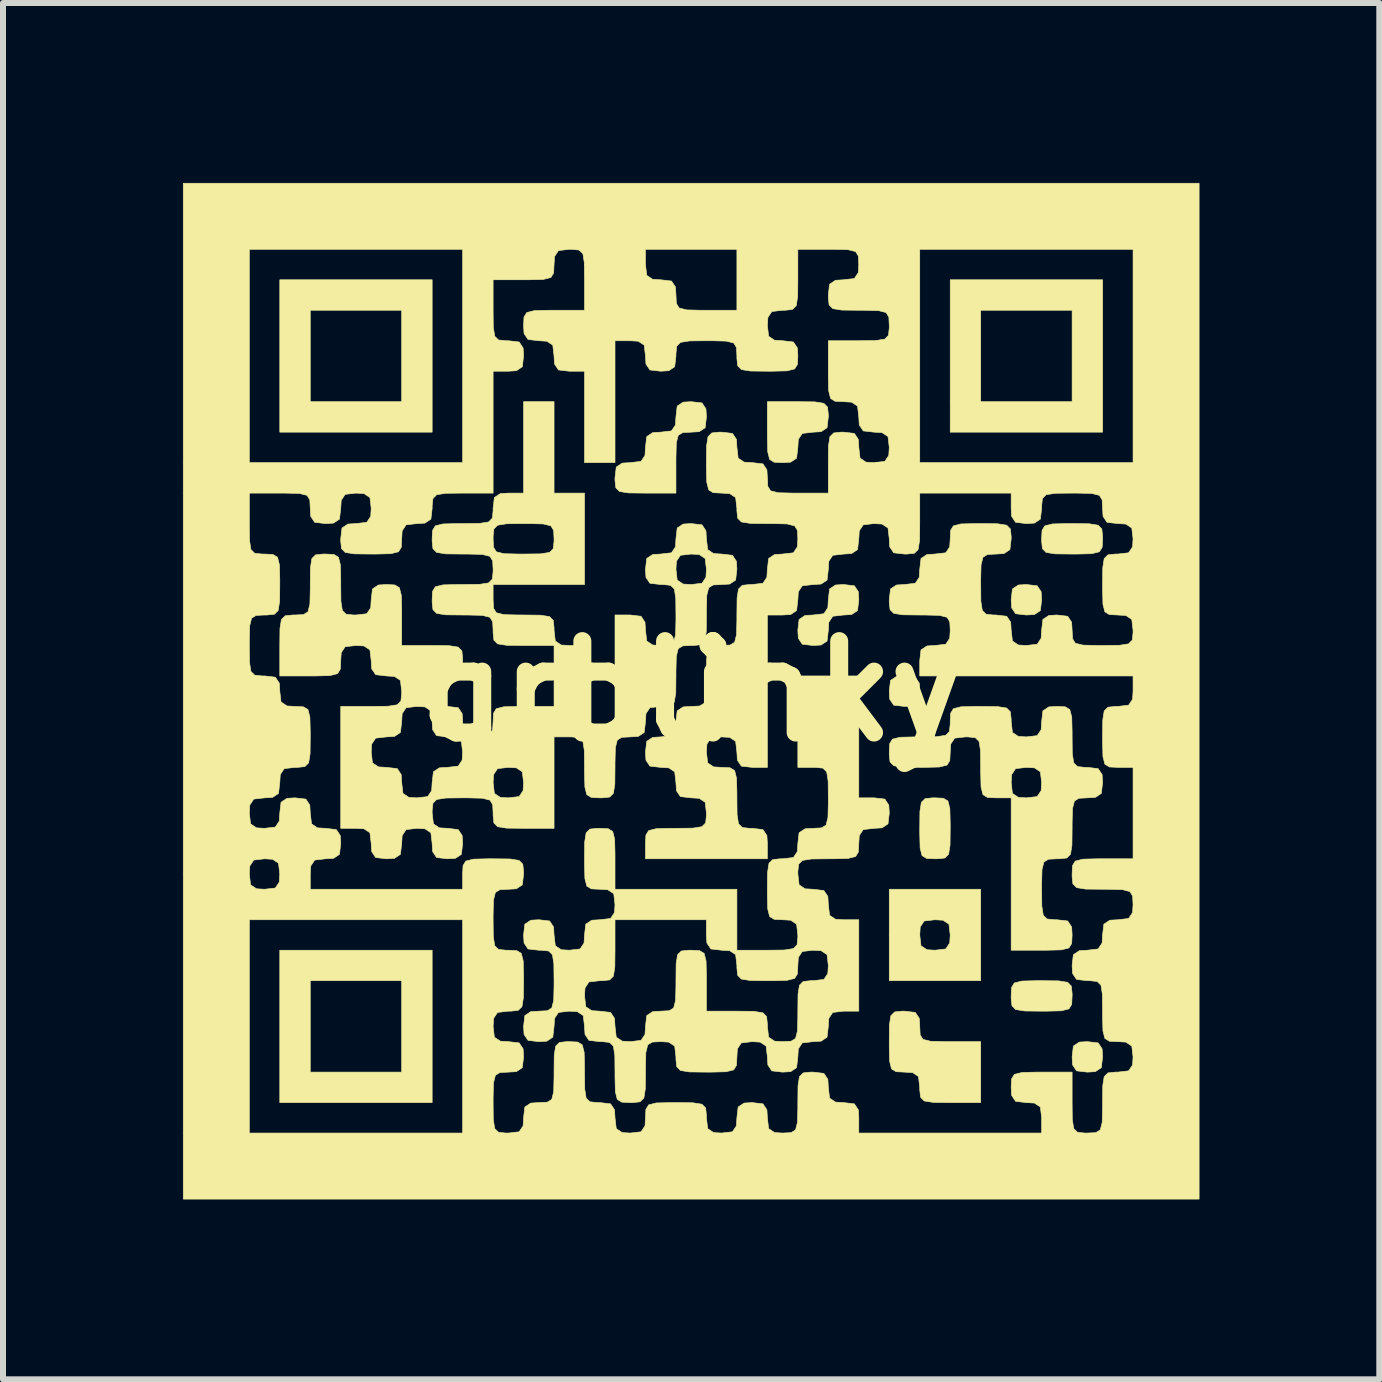
<source format=kicad_pcb>
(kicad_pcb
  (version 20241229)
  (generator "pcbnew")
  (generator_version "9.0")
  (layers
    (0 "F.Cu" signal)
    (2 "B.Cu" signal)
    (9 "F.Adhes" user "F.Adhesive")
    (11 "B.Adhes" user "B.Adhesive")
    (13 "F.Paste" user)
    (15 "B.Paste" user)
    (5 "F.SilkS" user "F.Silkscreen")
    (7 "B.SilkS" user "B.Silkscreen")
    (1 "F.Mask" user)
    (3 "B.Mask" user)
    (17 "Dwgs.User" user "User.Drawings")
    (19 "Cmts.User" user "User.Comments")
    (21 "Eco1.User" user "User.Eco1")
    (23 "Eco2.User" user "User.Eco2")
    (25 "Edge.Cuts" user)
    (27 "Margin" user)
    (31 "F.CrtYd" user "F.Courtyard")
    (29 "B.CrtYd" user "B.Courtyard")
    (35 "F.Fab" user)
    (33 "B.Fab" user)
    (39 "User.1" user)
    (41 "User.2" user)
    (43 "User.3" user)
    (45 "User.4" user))
  (footprint "qrblinky"
    (layer "F.Cu")
    (at 8.472 8.472)
    (property "Reference" "qrblinky" (at 0 0 0) (layer "F.SilkS") (effects (font (size 1.524 1.524) (thickness 0.3))))
    (attr through_hole)
    (fp_poly (pts (xy -4.318 -4.318) (xy -6.858 -4.318) (xy -6.858 -6.35) (xy -6.35 -6.35) (xy -6.35 -4.826) (xy -4.826 -4.826) (xy -4.826 -6.35) (xy -6.35 -6.35) (xy -6.858 -6.35) (xy -6.858 -6.858) (xy -4.318 -6.858) (xy -4.318 -4.318)) (stroke (width 0.01) (type solid)) (fill yes) (layer "F.SilkS"))
    (fp_poly (pts (xy -4.318 6.858) (xy -6.858 6.858) (xy -6.858 4.826) (xy -6.35 4.826) (xy -6.35 6.35) (xy -4.826 6.35) (xy -4.826 4.826) (xy -6.35 4.826) (xy -6.858 4.826) (xy -6.858 4.318) (xy -4.318 4.318) (xy -4.318 6.858)) (stroke (width 0.01) (type solid)) (fill yes) (layer "F.SilkS"))
    (fp_poly (pts (xy 6.858 -4.318) (xy 4.318 -4.318) (xy 4.318 -6.35) (xy 4.826 -6.35) (xy 4.826 -4.826) (xy 6.35 -4.826) (xy 6.35 -6.35) (xy 4.826 -6.35) (xy 4.318 -6.35) (xy 4.318 -6.858) (xy 6.858 -6.858) (xy 6.858 -4.318)) (stroke (width 0.01) (type solid)) (fill yes) (layer "F.SilkS"))
    (fp_poly (pts (xy 3.736 -0.233) (xy 3.802 -0.134) (xy 3.81 0) (xy 3.789 0.18) (xy 3.69 0.246) (xy 3.556 0.254) (xy 3.376 0.233) (xy 3.31 0.134) (xy 3.302 0) (xy 3.323 -0.18) (xy 3.422 -0.246) (xy 3.556 -0.254) (xy 3.736 -0.233)) (stroke (width 0.01) (type solid)) (fill yes) (layer "F.SilkS"))
    (fp_poly (pts (xy 5.768 -1.757) (xy 5.834 -1.658) (xy 5.842 -1.524) (xy 5.821 -1.344) (xy 5.722 -1.278) (xy 5.588 -1.27) (xy 5.408 -1.291) (xy 5.342 -1.39) (xy 5.334 -1.524) (xy 5.355 -1.704) (xy 5.454 -1.77) (xy 5.588 -1.778) (xy 5.768 -1.757)) (stroke (width 0.01) (type solid)) (fill yes) (layer "F.SilkS"))
    (fp_poly (pts (xy 6.784 5.863) (xy 6.85 5.962) (xy 6.858 6.096) (xy 6.837 6.276) (xy 6.738 6.342) (xy 6.604 6.35) (xy 6.424 6.329) (xy 6.358 6.23) (xy 6.35 6.096) (xy 6.371 5.916) (xy 6.47 5.85) (xy 6.604 5.842) (xy 6.784 5.863)) (stroke (width 0.01) (type solid)) (fill yes) (layer "F.SilkS"))
    (fp_poly (pts (xy 4.826 4.826) (xy 3.302 4.826) (xy 3.302 4.064) (xy 3.81 4.064) (xy 3.831 4.244) (xy 3.93 4.31) (xy 4.064 4.318) (xy 4.244 4.297) (xy 4.31 4.198) (xy 4.318 4.064) (xy 4.297 3.884) (xy 4.198 3.818) (xy 4.064 3.81) (xy 3.884 3.831) (xy 3.818 3.93) (xy 3.81 4.064) (xy 3.302 4.064) (xy 3.302 3.302) (xy 4.826 3.302) (xy 4.826 4.826)) (stroke (width 0.01) (type solid)) (fill yes) (layer "F.SilkS"))
    (fp_poly (pts (xy 4.205 1.785) (xy 4.28 1.831) (xy 4.312 1.958) (xy 4.318 2.204) (xy 4.318 2.286) (xy 4.315 2.567) (xy 4.291 2.719) (xy 4.228 2.781) (xy 4.105 2.794) (xy 4.064 2.794) (xy 3.923 2.787) (xy 3.848 2.741) (xy 3.816 2.614) (xy 3.81 2.368) (xy 3.81 2.286) (xy 3.813 2.005) (xy 3.837 1.853) (xy 3.9 1.791) (xy 4.023 1.778) (xy 4.064 1.778) (xy 4.205 1.785)) (stroke (width 0.01) (type solid)) (fill yes) (layer "F.SilkS"))
    (fp_poly (pts (xy 6.123 4.829) (xy 6.275 4.853) (xy 6.337 4.916) (xy 6.35 5.039) (xy 6.35 5.08) (xy 6.343 5.221) (xy 6.297 5.296) (xy 6.17 5.328) (xy 5.924 5.334) (xy 5.842 5.334) (xy 5.561 5.331) (xy 5.409 5.307) (xy 5.347 5.244) (xy 5.334 5.121) (xy 5.334 5.08) (xy 5.341 4.939) (xy 5.387 4.864) (xy 5.514 4.832) (xy 5.76 4.826) (xy 5.842 4.826) (xy 6.123 4.829)) (stroke (width 0.01) (type solid)) (fill yes) (layer "F.SilkS"))
    (fp_poly (pts (xy 6.631 -2.791) (xy 6.783 -2.767) (xy 6.845 -2.704) (xy 6.858 -2.581) (xy 6.858 -2.54) (xy 6.851 -2.399) (xy 6.805 -2.324) (xy 6.678 -2.292) (xy 6.432 -2.286) (xy 6.35 -2.286) (xy 6.069 -2.289) (xy 5.917 -2.313) (xy 5.855 -2.376) (xy 5.842 -2.499) (xy 5.842 -2.54) (xy 5.849 -2.681) (xy 5.895 -2.756) (xy 6.022 -2.788) (xy 6.268 -2.794) (xy 6.35 -2.794) (xy 6.631 -2.791)) (stroke (width 0.01) (type solid)) (fill yes) (layer "F.SilkS"))
    (fp_poly (pts (xy 2.059 -4.823) (xy 2.211 -4.799) (xy 2.273 -4.736) (xy 2.286 -4.613) (xy 2.286 -4.572) (xy 2.265 -4.392) (xy 2.166 -4.326) (xy 2.032 -4.318) (xy 1.852 -4.297) (xy 1.786 -4.198) (xy 1.778 -4.064) (xy 1.757 -3.884) (xy 1.658 -3.818) (xy 1.524 -3.81) (xy 1.383 -3.817) (xy 1.308 -3.863) (xy 1.276 -3.99) (xy 1.27 -4.236) (xy 1.27 -4.318) (xy 1.27 -4.826) (xy 1.778 -4.826) (xy 2.059 -4.823)) (stroke (width 0.01) (type solid)) (fill yes) (layer "F.SilkS"))
    (fp_poly (pts (xy 2.72 -1.757) (xy 2.786 -1.658) (xy 2.794 -1.524) (xy 2.773 -1.344) (xy 2.674 -1.278) (xy 2.54 -1.27) (xy 2.36 -1.249) (xy 2.294 -1.15) (xy 2.286 -1.016) (xy 2.265 -0.836) (xy 2.166 -0.77) (xy 2.032 -0.762) (xy 1.852 -0.783) (xy 1.786 -0.882) (xy 1.778 -1.016) (xy 1.799 -1.196) (xy 1.898 -1.262) (xy 2.032 -1.27) (xy 2.212 -1.291) (xy 2.278 -1.39) (xy 2.286 -1.524) (xy 2.307 -1.704) (xy 2.406 -1.77) (xy 2.54 -1.778) (xy 2.72 -1.757)) (stroke (width 0.01) (type solid)) (fill yes) (layer "F.SilkS"))
    (fp_poly (pts (xy 3.736 5.355) (xy 3.802 5.454) (xy 3.81 5.588) (xy 3.817 5.729) (xy 3.863 5.804) (xy 3.99 5.836) (xy 4.236 5.842) (xy 4.318 5.842) (xy 4.826 5.842) (xy 4.826 6.858) (xy 4.318 6.858) (xy 4.037 6.855) (xy 3.885 6.831) (xy 3.823 6.768) (xy 3.81 6.645) (xy 3.81 6.604) (xy 3.789 6.424) (xy 3.69 6.358) (xy 3.556 6.35) (xy 3.415 6.343) (xy 3.34 6.297) (xy 3.308 6.17) (xy 3.302 5.924) (xy 3.302 5.842) (xy 3.305 5.561) (xy 3.329 5.409) (xy 3.392 5.347) (xy 3.515 5.334) (xy 3.556 5.334) (xy 3.736 5.355)) (stroke (width 0.01) (type solid)) (fill yes) (layer "F.SilkS"))
    (fp_poly (pts (xy 0.18 -4.805) (xy 0.246 -4.706) (xy 0.254 -4.572) (xy 0.233 -4.392) (xy 0.134 -4.326) (xy 0 -4.318) (xy -0.141 -4.311) (xy -0.216 -4.265) (xy -0.248 -4.138) (xy -0.254 -3.892) (xy -0.254 -3.81) (xy -0.254 -3.302) (xy -0.762 -3.302) (xy -1.043 -3.305) (xy -1.195 -3.329) (xy -1.257 -3.392) (xy -1.27 -3.515) (xy -1.27 -3.556) (xy -1.249 -3.736) (xy -1.15 -3.802) (xy -1.016 -3.81) (xy -0.836 -3.831) (xy -0.77 -3.93) (xy -0.762 -4.064) (xy -0.741 -4.244) (xy -0.642 -4.31) (xy -0.508 -4.318) (xy -0.328 -4.339) (xy -0.262 -4.438) (xy -0.254 -4.572) (xy -0.233 -4.752) (xy -0.134 -4.818) (xy 0 -4.826) (xy 0.18 -4.805)) (stroke (width 0.01) (type solid)) (fill yes) (layer "F.SilkS"))
    (fp_poly (pts (xy 6.237 0.261) (xy 6.312 0.307) (xy 6.344 0.434) (xy 6.35 0.68) (xy 6.35 0.762) (xy 6.353 1.043) (xy 6.377 1.195) (xy 6.44 1.257) (xy 6.563 1.27) (xy 6.604 1.27) (xy 6.784 1.291) (xy 6.85 1.39) (xy 6.858 1.524) (xy 6.837 1.704) (xy 6.738 1.77) (xy 6.604 1.778) (xy 6.463 1.785) (xy 6.388 1.831) (xy 6.356 1.958) (xy 6.35 2.204) (xy 6.35 2.286) (xy 6.347 2.567) (xy 6.323 2.719) (xy 6.26 2.781) (xy 6.137 2.794) (xy 6.096 2.794) (xy 5.955 2.801) (xy 5.88 2.847) (xy 5.848 2.974) (xy 5.842 3.22) (xy 5.842 3.302) (xy 5.845 3.583) (xy 5.869 3.735) (xy 5.932 3.797) (xy 6.055 3.81) (xy 6.096 3.81) (xy 6.276 3.831) (xy 6.342 3.93) (xy 6.35 4.064) (xy 6.343 4.205) (xy 6.297 4.28) (xy 6.17 4.312) (xy 5.924 4.318) (xy 5.842 4.318) (xy 5.334 4.318) (xy 5.334 1.778) (xy 5.08 1.778) (xy 4.939 1.771) (xy 4.864 1.725) (xy 4.832 1.598) (xy 4.83 1.524) (xy 5.334 1.524) (xy 5.355 1.704) (xy 5.454 1.77) (xy 5.588 1.778) (xy 5.768 1.757) (xy 5.834 1.658) (xy 5.842 1.524) (xy 5.821 1.344) (xy 5.722 1.278) (xy 5.588 1.27) (xy 5.408 1.291) (xy 5.342 1.39) (xy 5.334 1.524) (xy 4.83 1.524) (xy 4.826 1.352) (xy 4.826 1.27) (xy 4.823 0.989) (xy 4.799 0.837) (xy 4.736 0.775) (xy 4.613 0.762) (xy 4.572 0.762) (xy 4.392 0.783) (xy 4.326 0.882) (xy 4.318 1.016) (xy 4.311 1.157) (xy 4.265 1.232) (xy 4.138 1.264) (xy 3.892 1.27) (xy 3.81 1.27) (xy 3.529 1.267) (xy 3.377 1.243) (xy 3.315 1.18) (xy 3.302 1.057) (xy 3.302 1.016) (xy 3.309 0.875) (xy 3.355 0.8) (xy 3.482 0.768) (xy 3.728 0.762) (xy 3.81 0.762) (xy 4.091 0.759) (xy 4.243 0.735) (xy 4.305 0.672) (xy 4.318 0.549) (xy 4.318 0.508) (xy 4.325 0.367) (xy 4.371 0.292) (xy 4.498 0.26) (xy 4.744 0.254) (xy 4.826 0.254) (xy 5.107 0.257) (xy 5.259 0.281) (xy 5.321 0.344) (xy 5.334 0.467) (xy 5.334 0.508) (xy 5.355 0.688) (xy 5.454 0.754) (xy 5.588 0.762) (xy 5.768 0.741) (xy 5.834 0.642) (xy 5.842 0.508) (xy 5.863 0.328) (xy 5.962 0.262) (xy 6.096 0.254) (xy 6.237 0.261)) (stroke (width 0.01) (type solid)) (fill yes) (layer "F.SilkS"))
    (fp_poly (pts (xy 2.794 1.778) (xy 3.048 1.778) (xy 3.228 1.799) (xy 3.294 1.898) (xy 3.302 2.032) (xy 3.281 2.212) (xy 3.182 2.278) (xy 3.048 2.286) (xy 2.868 2.307) (xy 2.802 2.406) (xy 2.794 2.54) (xy 2.787 2.681) (xy 2.741 2.756) (xy 2.614 2.788) (xy 2.368 2.794) (xy 2.286 2.794) (xy 2.005 2.797) (xy 1.853 2.821) (xy 1.791 2.884) (xy 1.778 3.007) (xy 1.778 3.048) (xy 1.799 3.228) (xy 1.898 3.294) (xy 2.032 3.302) (xy 2.212 3.323) (xy 2.278 3.422) (xy 2.286 3.556) (xy 2.307 3.736) (xy 2.406 3.802) (xy 2.54 3.81) (xy 2.794 3.81) (xy 2.794 5.334) (xy 2.54 5.334) (xy 2.36 5.355) (xy 2.294 5.454) (xy 2.286 5.588) (xy 2.265 5.768) (xy 2.166 5.834) (xy 2.032 5.842) (xy 1.852 5.863) (xy 1.786 5.962) (xy 1.778 6.096) (xy 1.757 6.276) (xy 1.658 6.342) (xy 1.524 6.35) (xy 1.344 6.329) (xy 1.278 6.23) (xy 1.27 6.096) (xy 1.249 5.916) (xy 1.15 5.85) (xy 1.016 5.842) (xy 0.836 5.863) (xy 0.77 5.962) (xy 0.762 6.096) (xy 0.755 6.237) (xy 0.709 6.312) (xy 0.582 6.344) (xy 0.336 6.35) (xy 0.254 6.35) (xy -0.027 6.347) (xy -0.179 6.323) (xy -0.241 6.26) (xy -0.254 6.137) (xy -0.254 6.096) (xy -0.275 5.916) (xy -0.374 5.85) (xy -0.508 5.842) (xy -0.649 5.849) (xy -0.724 5.895) (xy -0.756 6.022) (xy -0.762 6.268) (xy -0.762 6.35) (xy -0.765 6.631) (xy -0.789 6.783) (xy -0.852 6.845) (xy -0.975 6.858) (xy -1.016 6.858) (xy -1.157 6.851) (xy -1.232 6.805) (xy -1.264 6.678) (xy -1.27 6.432) (xy -1.27 6.35) (xy -1.273 6.069) (xy -1.297 5.917) (xy -1.36 5.855) (xy -1.483 5.842) (xy -1.524 5.842) (xy -1.704 5.821) (xy -1.77 5.722) (xy -1.778 5.588) (xy -1.799 5.408) (xy -1.898 5.342) (xy -2.032 5.334) (xy -2.212 5.355) (xy -2.278 5.454) (xy -2.286 5.588) (xy -2.307 5.768) (xy -2.406 5.834) (xy -2.54 5.842) (xy -2.72 5.821) (xy -2.786 5.722) (xy -2.794 5.588) (xy -2.773 5.408) (xy -2.674 5.342) (xy -2.54 5.334) (xy -2.399 5.327) (xy -2.324 5.281) (xy -2.292 5.154) (xy -2.29 5.08) (xy -1.778 5.08) (xy -1.757 5.26) (xy -1.658 5.326) (xy -1.524 5.334) (xy -1.344 5.355) (xy -1.278 5.454) (xy -1.27 5.588) (xy -1.249 5.768) (xy -1.15 5.834) (xy -1.016 5.842) (xy -0.836 5.821) (xy -0.77 5.722) (xy -0.762 5.588) (xy -0.741 5.408) (xy -0.642 5.342) (xy -0.508 5.334) (xy -0.367 5.327) (xy -0.292 5.281) (xy -0.26 5.154) (xy -0.254 4.908) (xy -0.254 4.826) (xy -0.251 4.545) (xy -0.227 4.393) (xy -0.164 4.331) (xy -0.041 4.318) (xy 0 4.318) (xy 0.141 4.325) (xy 0.216 4.371) (xy 0.248 4.498) (xy 0.254 4.744) (xy 0.254 4.826) (xy 0.254 5.334) (xy 0.762 5.334) (xy 1.043 5.337) (xy 1.195 5.361) (xy 1.257 5.424) (xy 1.27 5.547) (xy 1.27 5.588) (xy 1.291 5.768) (xy 1.39 5.834) (xy 1.524 5.842) (xy 1.665 5.835) (xy 1.74 5.789) (xy 1.772 5.662) (xy 1.778 5.416) (xy 1.778 5.334) (xy 1.781 5.053) (xy 1.805 4.901) (xy 1.868 4.839) (xy 1.991 4.826) (xy 2.032 4.826) (xy 2.212 4.805) (xy 2.278 4.706) (xy 2.286 4.572) (xy 2.265 4.392) (xy 2.166 4.326) (xy 2.032 4.318) (xy 1.852 4.339) (xy 1.786 4.438) (xy 1.778 4.572) (xy 1.771 4.713) (xy 1.725 4.788) (xy 1.598 4.82) (xy 1.352 4.826) (xy 1.27 4.826) (xy 0.989 4.823) (xy 0.837 4.799) (xy 0.775 4.736) (xy 0.762 4.613) (xy 0.762 4.572) (xy 0.741 4.392) (xy 0.642 4.326) (xy 0.508 4.318) (xy 0.328 4.297) (xy 0.262 4.198) (xy 0.254 4.064) (xy 0.254 3.81) (xy -1.27 3.81) (xy -1.27 4.318) (xy -1.273 4.599) (xy -1.297 4.751) (xy -1.36 4.813) (xy -1.483 4.826) (xy -1.524 4.826) (xy -1.704 4.847) (xy -1.77 4.946) (xy -1.778 5.08) (xy -2.29 5.08) (xy -2.286 4.908) (xy -2.286 4.826) (xy -2.289 4.545) (xy -2.313 4.393) (xy -2.376 4.331) (xy -2.499 4.318) (xy -2.54 4.318) (xy -2.72 4.297) (xy -2.786 4.198) (xy -2.794 4.064) (xy -2.773 3.884) (xy -2.674 3.818) (xy -2.54 3.81) (xy -2.36 3.831) (xy -2.294 3.93) (xy -2.286 4.064) (xy -2.265 4.244) (xy -2.166 4.31) (xy -2.032 4.318) (xy -1.852 4.297) (xy -1.786 4.198) (xy -1.778 4.064) (xy -1.757 3.884) (xy -1.658 3.818) (xy -1.524 3.81) (xy -1.344 3.789) (xy -1.278 3.69) (xy -1.27 3.556) (xy -1.291 3.376) (xy -1.39 3.31) (xy -1.524 3.302) (xy -1.665 3.295) (xy -1.74 3.249) (xy -1.772 3.122) (xy -1.778 2.876) (xy -1.778 2.794) (xy -1.775 2.513) (xy -1.751 2.361) (xy -1.688 2.299) (xy -1.565 2.286) (xy -1.524 2.286) (xy -1.383 2.293) (xy -1.308 2.339) (xy -1.276 2.466) (xy -1.27 2.712) (xy -1.27 2.794) (xy -1.27 3.302) (xy 0.762 3.302) (xy 0.762 4.318) (xy 1.27 4.318) (xy 1.551 4.315) (xy 1.703 4.291) (xy 1.765 4.228) (xy 1.778 4.105) (xy 1.778 4.064) (xy 1.757 3.884) (xy 1.658 3.818) (xy 1.524 3.81) (xy 1.383 3.803) (xy 1.308 3.757) (xy 1.276 3.63) (xy 1.27 3.384) (xy 1.27 3.302) (xy 1.273 3.021) (xy 1.297 2.869) (xy 1.36 2.807) (xy 1.483 2.794) (xy 1.524 2.794) (xy 1.704 2.773) (xy 1.77 2.674) (xy 1.778 2.54) (xy 1.799 2.36) (xy 1.898 2.294) (xy 2.032 2.286) (xy 2.173 2.279) (xy 2.248 2.233) (xy 2.28 2.106) (xy 2.286 1.86) (xy 2.286 1.778) (xy 2.283 1.497) (xy 2.259 1.345) (xy 2.196 1.283) (xy 2.073 1.27) (xy 2.032 1.27) (xy 1.778 1.27) (xy 1.778 -0.254) (xy 2.794 -0.254) (xy 2.794 1.778)) (stroke (width 0.01) (type solid)) (fill yes) (layer "F.SilkS"))
    (fp_poly (pts (xy -2.286 -3.302) (xy -1.778 -3.302) (xy -1.778 -1.778) (xy -3.302 -1.778) (xy -3.302 -1.524) (xy -3.295 -1.383) (xy -3.249 -1.308) (xy -3.122 -1.276) (xy -2.876 -1.27) (xy -2.794 -1.27) (xy -2.513 -1.267) (xy -2.361 -1.243) (xy -2.299 -1.18) (xy -2.286 -1.057) (xy -2.286 -1.016) (xy -2.265 -0.836) (xy -2.166 -0.77) (xy -2.032 -0.762) (xy -1.778 -0.762) (xy -1.778 0.762) (xy -1.27 0.762) (xy -1.27 -1.27) (xy -1.016 -1.27) (xy -0.836 -1.249) (xy -0.77 -1.15) (xy -0.762 -1.016) (xy -0.741 -0.836) (xy -0.642 -0.77) (xy -0.508 -0.762) (xy -0.367 -0.769) (xy -0.292 -0.815) (xy -0.26 -0.942) (xy -0.254 -1.188) (xy -0.254 -1.27) (xy -0.257 -1.551) (xy -0.281 -1.703) (xy -0.344 -1.765) (xy -0.467 -1.778) (xy -0.508 -1.778) (xy -0.688 -1.799) (xy -0.754 -1.898) (xy -0.762 -2.032) (xy -0.254 -2.032) (xy -0.233 -1.852) (xy -0.134 -1.786) (xy 0 -1.778) (xy 0.18 -1.799) (xy 0.246 -1.898) (xy 0.254 -2.032) (xy 0.233 -2.212) (xy 0.134 -2.278) (xy 0 -2.286) (xy -0.18 -2.265) (xy -0.246 -2.166) (xy -0.254 -2.032) (xy -0.762 -2.032) (xy -0.741 -2.212) (xy -0.642 -2.278) (xy -0.508 -2.286) (xy -0.328 -2.307) (xy -0.262 -2.406) (xy -0.254 -2.54) (xy -0.233 -2.72) (xy -0.134 -2.786) (xy 0 -2.794) (xy 0.18 -2.773) (xy 0.246 -2.674) (xy 0.254 -2.54) (xy 0.275 -2.36) (xy 0.374 -2.294) (xy 0.508 -2.286) (xy 0.688 -2.265) (xy 0.754 -2.166) (xy 0.762 -2.032) (xy 0.741 -1.852) (xy 0.642 -1.786) (xy 0.508 -1.778) (xy 0.367 -1.771) (xy 0.292 -1.725) (xy 0.26 -1.598) (xy 0.254 -1.352) (xy 0.254 -1.27) (xy 0.251 -0.989) (xy 0.227 -0.837) (xy 0.164 -0.775) (xy 0.041 -0.762) (xy 0 -0.762) (xy -0.141 -0.755) (xy -0.216 -0.709) (xy -0.248 -0.582) (xy -0.254 -0.336) (xy -0.254 -0.254) (xy -0.257 0.027) (xy -0.281 0.179) (xy -0.344 0.241) (xy -0.467 0.254) (xy -0.508 0.254) (xy -0.688 0.275) (xy -0.754 0.374) (xy -0.762 0.508) (xy -0.783 0.688) (xy -0.882 0.754) (xy -1.016 0.762) (xy -1.157 0.769) (xy -1.232 0.815) (xy -1.264 0.942) (xy -1.27 1.188) (xy -1.27 1.27) (xy -1.273 1.551) (xy -1.297 1.703) (xy -1.36 1.765) (xy -1.483 1.778) (xy -1.524 1.778) (xy -1.665 1.771) (xy -1.74 1.725) (xy -1.772 1.598) (xy -1.778 1.352) (xy -1.778 1.27) (xy -1.781 0.989) (xy -1.805 0.837) (xy -1.868 0.775) (xy -1.991 0.762) (xy -2.032 0.762) (xy -2.286 0.762) (xy -2.286 2.286) (xy -2.794 2.286) (xy -3.075 2.283) (xy -3.227 2.259) (xy -3.289 2.196) (xy -3.302 2.073) (xy -3.302 2.032) (xy -3.309 1.891) (xy -3.355 1.816) (xy -3.482 1.784) (xy -3.728 1.778) (xy -3.81 1.778) (xy -4.091 1.781) (xy -4.243 1.805) (xy -4.305 1.868) (xy -4.318 1.991) (xy -4.318 2.032) (xy -4.297 2.212) (xy -4.198 2.278) (xy -4.064 2.286) (xy -3.884 2.307) (xy -3.818 2.406) (xy -3.81 2.54) (xy -3.831 2.72) (xy -3.93 2.786) (xy -4.064 2.794) (xy -4.244 2.773) (xy -4.31 2.674) (xy -4.318 2.54) (xy -4.339 2.36) (xy -4.438 2.294) (xy -4.572 2.286) (xy -4.752 2.307) (xy -4.818 2.406) (xy -4.826 2.54) (xy -4.847 2.72) (xy -4.946 2.786) (xy -5.08 2.794) (xy -5.26 2.773) (xy -5.326 2.674) (xy -5.334 2.54) (xy -5.355 2.36) (xy -5.454 2.294) (xy -5.588 2.286) (xy -5.842 2.286) (xy -5.842 1.016) (xy -5.334 1.016) (xy -5.313 1.196) (xy -5.214 1.262) (xy -5.08 1.27) (xy -4.9 1.291) (xy -4.834 1.39) (xy -4.826 1.524) (xy -4.805 1.704) (xy -4.706 1.77) (xy -4.572 1.778) (xy -4.392 1.757) (xy -4.326 1.658) (xy -4.318 1.524) (xy -3.302 1.524) (xy -3.281 1.704) (xy -3.182 1.77) (xy -3.048 1.778) (xy -2.868 1.757) (xy -2.802 1.658) (xy -2.794 1.524) (xy -2.815 1.344) (xy -2.914 1.278) (xy -3.048 1.27) (xy -3.228 1.291) (xy -3.294 1.39) (xy -3.302 1.524) (xy -4.318 1.524) (xy -4.297 1.344) (xy -4.198 1.278) (xy -4.064 1.27) (xy -3.884 1.249) (xy -3.818 1.15) (xy -3.81 1.016) (xy -3.831 0.836) (xy -3.93 0.77) (xy -4.064 0.762) (xy -4.244 0.741) (xy -4.31 0.642) (xy -4.318 0.508) (xy -4.339 0.328) (xy -4.438 0.262) (xy -4.572 0.254) (xy -4.752 0.275) (xy -4.818 0.374) (xy -4.826 0.508) (xy -4.847 0.688) (xy -4.946 0.754) (xy -5.08 0.762) (xy -5.26 0.783) (xy -5.326 0.882) (xy -5.334 1.016) (xy -5.842 1.016) (xy -5.842 0.254) (xy -5.334 0.254) (xy -5.053 0.251) (xy -4.901 0.227) (xy -4.839 0.164) (xy -4.826 0.041) (xy -4.826 0) (xy -4.847 -0.18) (xy -4.946 -0.246) (xy -5.08 -0.254) (xy -5.26 -0.275) (xy -5.326 -0.374) (xy -5.334 -0.508) (xy -5.355 -0.688) (xy -5.454 -0.754) (xy -5.588 -0.762) (xy -5.768 -0.741) (xy -5.834 -0.642) (xy -5.842 -0.508) (xy -5.849 -0.367) (xy -5.895 -0.292) (xy -6.022 -0.26) (xy -6.268 -0.254) (xy -6.35 -0.254) (xy -6.858 -0.254) (xy -6.858 -0.762) (xy -6.855 -1.043) (xy -6.831 -1.195) (xy -6.768 -1.257) (xy -6.645 -1.27) (xy -6.604 -1.27) (xy -6.463 -1.277) (xy -6.388 -1.323) (xy -6.356 -1.45) (xy -6.35 -1.696) (xy -6.35 -1.778) (xy -6.347 -2.059) (xy -6.323 -2.211) (xy -6.26 -2.273) (xy -6.137 -2.286) (xy -6.096 -2.286) (xy -5.955 -2.279) (xy -5.88 -2.233) (xy -5.848 -2.106) (xy -5.842 -1.86) (xy -5.842 -1.778) (xy -5.839 -1.497) (xy -5.815 -1.345) (xy -5.752 -1.283) (xy -5.629 -1.27) (xy -5.588 -1.27) (xy -5.408 -1.291) (xy -5.342 -1.39) (xy -5.334 -1.524) (xy -5.313 -1.704) (xy -5.214 -1.77) (xy -5.08 -1.778) (xy -4.939 -1.771) (xy -4.864 -1.725) (xy -4.832 -1.598) (xy -4.826 -1.352) (xy -4.826 -1.27) (xy -4.826 -0.762) (xy -4.318 -0.762) (xy -4.037 -0.759) (xy -3.885 -0.735) (xy -3.823 -0.672) (xy -3.81 -0.549) (xy -3.81 -0.508) (xy -3.831 -0.328) (xy -3.93 -0.262) (xy -4.064 -0.254) (xy -4.244 -0.233) (xy -4.31 -0.134) (xy -4.318 0) (xy -4.297 0.18) (xy -4.198 0.246) (xy -4.064 0.254) (xy -3.884 0.275) (xy -3.818 0.374) (xy -3.81 0.508) (xy -3.789 0.688) (xy -3.69 0.754) (xy -3.556 0.762) (xy -3.376 0.741) (xy -3.31 0.642) (xy -3.302 0.508) (xy -3.295 0.367) (xy -3.249 0.292) (xy -3.122 0.26) (xy -2.876 0.254) (xy -2.794 0.254) (xy -2.286 0.254) (xy -2.286 -0.762) (xy -2.794 -0.762) (xy -3.075 -0.765) (xy -3.227 -0.789) (xy -3.289 -0.852) (xy -3.302 -0.975) (xy -3.302 -1.016) (xy -3.309 -1.157) (xy -3.355 -1.232) (xy -3.482 -1.264) (xy -3.728 -1.27) (xy -3.81 -1.27) (xy -4.091 -1.273) (xy -4.243 -1.297) (xy -4.305 -1.36) (xy -4.318 -1.483) (xy -4.318 -1.524) (xy -4.311 -1.665) (xy -4.265 -1.74) (xy -4.138 -1.772) (xy -3.892 -1.778) (xy -3.81 -1.778) (xy -3.529 -1.781) (xy -3.377 -1.805) (xy -3.315 -1.868) (xy -3.302 -1.991) (xy -3.302 -2.032) (xy -3.309 -2.173) (xy -3.355 -2.248) (xy -3.482 -2.28) (xy -3.728 -2.286) (xy -3.81 -2.286) (xy -4.091 -2.289) (xy -4.243 -2.313) (xy -4.305 -2.376) (xy -4.318 -2.499) (xy -4.318 -2.54) (xy -3.302 -2.54) (xy -3.295 -2.399) (xy -3.249 -2.324) (xy -3.122 -2.292) (xy -2.876 -2.286) (xy -2.794 -2.286) (xy -2.513 -2.289) (xy -2.361 -2.313) (xy -2.299 -2.376) (xy -2.286 -2.499) (xy -2.286 -2.54) (xy -2.293 -2.681) (xy -2.339 -2.756) (xy -2.466 -2.788) (xy -2.712 -2.794) (xy -2.794 -2.794) (xy -3.075 -2.791) (xy -3.227 -2.767) (xy -3.289 -2.704) (xy -3.302 -2.581) (xy -3.302 -2.54) (xy -4.318 -2.54) (xy -4.311 -2.681) (xy -4.265 -2.756) (xy -4.138 -2.788) (xy -3.892 -2.794) (xy -3.81 -2.794) (xy -3.529 -2.797) (xy -3.377 -2.821) (xy -3.315 -2.884) (xy -3.302 -3.007) (xy -3.302 -3.048) (xy -3.281 -3.228) (xy -3.182 -3.294) (xy -3.048 -3.302) (xy -2.794 -3.302) (xy -2.794 -4.826) (xy -2.286 -4.826) (xy -2.286 -3.302)) (stroke (width 0.01) (type solid)) (fill yes) (layer "F.SilkS"))
    (fp_poly (pts (xy 8.467 8.467) (xy -8.467 8.467) (xy -8.467 3.81) (xy -7.366 3.81) (xy -7.366 7.366) (xy -3.81 7.366) (xy -3.81 3.81) (xy -7.366 3.81) (xy -8.467 3.81) (xy -8.467 3.048) (xy -7.366 3.048) (xy -7.345 3.228) (xy -7.246 3.294) (xy -7.112 3.302) (xy -6.932 3.281) (xy -6.866 3.182) (xy -6.858 3.048) (xy -6.879 2.868) (xy -6.978 2.802) (xy -7.112 2.794) (xy -7.292 2.815) (xy -7.358 2.914) (xy -7.366 3.048) (xy -8.467 3.048) (xy -8.467 -3.302) (xy -7.366 -3.302) (xy -7.366 -2.794) (xy -7.363 -2.513) (xy -7.339 -2.361) (xy -7.276 -2.299) (xy -7.153 -2.286) (xy -7.112 -2.286) (xy -6.971 -2.279) (xy -6.896 -2.233) (xy -6.864 -2.106) (xy -6.858 -1.86) (xy -6.858 -1.778) (xy -6.861 -1.497) (xy -6.885 -1.345) (xy -6.948 -1.283) (xy -7.071 -1.27) (xy -7.112 -1.27) (xy -7.253 -1.263) (xy -7.328 -1.217) (xy -7.36 -1.09) (xy -7.366 -0.844) (xy -7.366 -0.762) (xy -7.363 -0.481) (xy -7.339 -0.329) (xy -7.276 -0.267) (xy -7.153 -0.254) (xy -7.112 -0.254) (xy -6.932 -0.233) (xy -6.866 -0.134) (xy -6.858 0) (xy -6.837 0.18) (xy -6.738 0.246) (xy -6.604 0.254) (xy -6.463 0.261) (xy -6.388 0.307) (xy -6.356 0.434) (xy -6.35 0.68) (xy -6.35 0.762) (xy -6.353 1.043) (xy -6.377 1.195) (xy -6.44 1.257) (xy -6.563 1.27) (xy -6.604 1.27) (xy -6.784 1.291) (xy -6.85 1.39) (xy -6.858 1.524) (xy -6.879 1.704) (xy -6.978 1.77) (xy -7.112 1.778) (xy -7.292 1.799) (xy -7.358 1.898) (xy -7.366 2.032) (xy -7.345 2.212) (xy -7.246 2.278) (xy -7.112 2.286) (xy -6.932 2.265) (xy -6.866 2.166) (xy -6.858 2.032) (xy -6.837 1.852) (xy -6.738 1.786) (xy -6.604 1.778) (xy -6.424 1.799) (xy -6.358 1.898) (xy -6.35 2.032) (xy -6.329 2.212) (xy -6.23 2.278) (xy -6.096 2.286) (xy -5.916 2.307) (xy -5.85 2.406) (xy -5.842 2.54) (xy -5.863 2.72) (xy -5.962 2.786) (xy -6.096 2.794) (xy -6.276 2.815) (xy -6.342 2.914) (xy -6.35 3.048) (xy -6.35 3.302) (xy -3.81 3.302) (xy -3.81 3.048) (xy -3.803 2.907) (xy -3.757 2.832) (xy -3.63 2.8) (xy -3.384 2.794) (xy -3.302 2.794) (xy -3.021 2.797) (xy -2.869 2.821) (xy -2.807 2.884) (xy -2.794 3.007) (xy -2.794 3.048) (xy -2.815 3.228) (xy -2.914 3.294) (xy -3.048 3.302) (xy -3.189 3.309) (xy -3.264 3.355) (xy -3.296 3.482) (xy -3.302 3.728) (xy -3.302 3.81) (xy -3.299 4.091) (xy -3.275 4.243) (xy -3.212 4.305) (xy -3.089 4.318) (xy -3.048 4.318) (xy -2.907 4.325) (xy -2.832 4.371) (xy -2.8 4.498) (xy -2.794 4.744) (xy -2.794 4.826) (xy -2.797 5.107) (xy -2.821 5.259) (xy -2.884 5.321) (xy -3.007 5.334) (xy -3.048 5.334) (xy -3.228 5.355) (xy -3.294 5.454) (xy -3.302 5.588) (xy -3.281 5.768) (xy -3.182 5.834) (xy -3.048 5.842) (xy -2.868 5.863) (xy -2.802 5.962) (xy -2.794 6.096) (xy -2.815 6.276) (xy -2.914 6.342) (xy -3.048 6.35) (xy -3.189 6.357) (xy -3.264 6.403) (xy -3.296 6.53) (xy -3.302 6.776) (xy -3.302 6.858) (xy -3.299 7.139) (xy -3.275 7.291) (xy -3.212 7.353) (xy -3.089 7.366) (xy -3.048 7.366) (xy -2.868 7.345) (xy -2.802 7.246) (xy -2.794 7.112) (xy -2.773 6.932) (xy -2.674 6.866) (xy -2.54 6.858) (xy -2.399 6.851) (xy -2.324 6.805) (xy -2.292 6.678) (xy -2.286 6.432) (xy -2.286 6.35) (xy -2.283 6.069) (xy -2.259 5.917) (xy -2.196 5.855) (xy -2.073 5.842) (xy -2.032 5.842) (xy -1.891 5.849) (xy -1.816 5.895) (xy -1.784 6.022) (xy -1.778 6.268) (xy -1.778 6.35) (xy -1.775 6.631) (xy -1.751 6.783) (xy -1.688 6.845) (xy -1.565 6.858) (xy -1.524 6.858) (xy -1.344 6.879) (xy -1.278 6.978) (xy -1.27 7.112) (xy -1.249 7.292) (xy -1.15 7.358) (xy -1.016 7.366) (xy -0.836 7.345) (xy -0.77 7.246) (xy -0.762 7.112) (xy -0.755 6.971) (xy -0.709 6.896) (xy -0.582 6.864) (xy -0.336 6.858) (xy -0.254 6.858) (xy 0.027 6.861) (xy 0.179 6.885) (xy 0.241 6.948) (xy 0.254 7.071) (xy 0.254 7.112) (xy 0.275 7.292) (xy 0.374 7.358) (xy 0.508 7.366) (xy 0.688 7.345) (xy 0.754 7.246) (xy 0.762 7.112) (xy 0.783 6.932) (xy 0.882 6.866) (xy 1.016 6.858) (xy 1.196 6.879) (xy 1.262 6.978) (xy 1.27 7.112) (xy 1.291 7.292) (xy 1.39 7.358) (xy 1.524 7.366) (xy 1.665 7.359) (xy 1.74 7.313) (xy 1.772 7.186) (xy 1.778 6.94) (xy 1.778 6.858) (xy 1.781 6.577) (xy 1.805 6.425) (xy 1.868 6.363) (xy 1.991 6.35) (xy 2.032 6.35) (xy 2.212 6.371) (xy 2.278 6.47) (xy 2.286 6.604) (xy 2.307 6.784) (xy 2.406 6.85) (xy 2.54 6.858) (xy 2.72 6.879) (xy 2.786 6.978) (xy 2.794 7.112) (xy 2.794 7.366) (xy 5.842 7.366) (xy 5.842 7.112) (xy 5.821 6.932) (xy 5.722 6.866) (xy 5.588 6.858) (xy 5.408 6.837) (xy 5.342 6.738) (xy 5.334 6.604) (xy 5.341 6.463) (xy 5.387 6.388) (xy 5.514 6.356) (xy 5.76 6.35) (xy 5.842 6.35) (xy 6.35 6.35) (xy 6.35 6.858) (xy 6.353 7.139) (xy 6.377 7.291) (xy 6.44 7.353) (xy 6.563 7.366) (xy 6.604 7.366) (xy 6.745 7.359) (xy 6.82 7.313) (xy 6.852 7.186) (xy 6.858 6.94) (xy 6.858 6.858) (xy 6.861 6.577) (xy 6.885 6.425) (xy 6.948 6.363) (xy 7.071 6.35) (xy 7.112 6.35) (xy 7.292 6.329) (xy 7.358 6.23) (xy 7.366 6.096) (xy 7.345 5.916) (xy 7.246 5.85) (xy 7.112 5.842) (xy 6.971 5.835) (xy 6.896 5.789) (xy 6.864 5.662) (xy 6.858 5.416) (xy 6.858 5.334) (xy 6.855 5.053) (xy 6.831 4.901) (xy 6.768 4.839) (xy 6.645 4.826) (xy 6.604 4.826) (xy 6.424 4.805) (xy 6.358 4.706) (xy 6.35 4.572) (xy 6.371 4.392) (xy 6.47 4.326) (xy 6.604 4.318) (xy 6.784 4.297) (xy 6.85 4.198) (xy 6.858 4.064) (xy 6.879 3.884) (xy 6.978 3.818) (xy 7.112 3.81) (xy 7.292 3.789) (xy 7.358 3.69) (xy 7.366 3.556) (xy 7.359 3.415) (xy 7.313 3.34) (xy 7.186 3.308) (xy 6.94 3.302) (xy 6.858 3.302) (xy 6.577 3.299) (xy 6.425 3.275) (xy 6.363 3.212) (xy 6.35 3.089) (xy 6.35 3.048) (xy 6.357 2.907) (xy 6.403 2.832) (xy 6.53 2.8) (xy 6.776 2.794) (xy 6.858 2.794) (xy 7.366 2.794) (xy 7.366 1.27) (xy 7.112 1.27) (xy 6.971 1.263) (xy 6.896 1.217) (xy 6.864 1.09) (xy 6.858 0.844) (xy 6.858 0.762) (xy 6.861 0.481) (xy 6.885 0.329) (xy 6.948 0.267) (xy 7.071 0.254) (xy 7.112 0.254) (xy 7.292 0.233) (xy 7.358 0.134) (xy 7.366 0) (xy 7.366 -0.254) (xy 3.81 -0.254) (xy 3.81 -0.508) (xy 3.831 -0.688) (xy 3.93 -0.754) (xy 4.064 -0.762) (xy 4.244 -0.783) (xy 4.31 -0.882) (xy 4.318 -1.016) (xy 4.311 -1.157) (xy 4.265 -1.232) (xy 4.138 -1.264) (xy 3.892 -1.27) (xy 3.81 -1.27) (xy 3.529 -1.273) (xy 3.377 -1.297) (xy 3.315 -1.36) (xy 3.302 -1.483) (xy 3.302 -1.524) (xy 3.323 -1.704) (xy 3.422 -1.77) (xy 3.556 -1.778) (xy 3.736 -1.799) (xy 3.802 -1.898) (xy 3.81 -2.032) (xy 3.831 -2.212) (xy 3.93 -2.278) (xy 4.064 -2.286) (xy 4.244 -2.307) (xy 4.31 -2.406) (xy 4.318 -2.54) (xy 4.325 -2.681) (xy 4.371 -2.756) (xy 4.498 -2.788) (xy 4.744 -2.794) (xy 4.826 -2.794) (xy 5.107 -2.791) (xy 5.259 -2.767) (xy 5.321 -2.704) (xy 5.334 -2.581) (xy 5.334 -2.54) (xy 5.313 -2.36) (xy 5.214 -2.294) (xy 5.08 -2.286) (xy 4.939 -2.279) (xy 4.864 -2.233) (xy 4.832 -2.106) (xy 4.826 -1.86) (xy 4.826 -1.778) (xy 4.829 -1.497) (xy 4.853 -1.345) (xy 4.916 -1.283) (xy 5.039 -1.27) (xy 5.08 -1.27) (xy 5.26 -1.249) (xy 5.326 -1.15) (xy 5.334 -1.016) (xy 5.355 -0.836) (xy 5.454 -0.77) (xy 5.588 -0.762) (xy 5.768 -0.783) (xy 5.834 -0.882) (xy 5.842 -1.016) (xy 5.863 -1.196) (xy 5.962 -1.262) (xy 6.096 -1.27) (xy 6.276 -1.249) (xy 6.342 -1.15) (xy 6.35 -1.016) (xy 6.357 -0.875) (xy 6.403 -0.8) (xy 6.53 -0.768) (xy 6.776 -0.762) (xy 6.858 -0.762) (xy 7.139 -0.765) (xy 7.291 -0.789) (xy 7.353 -0.852) (xy 7.366 -0.975) (xy 7.366 -1.016) (xy 7.345 -1.196) (xy 7.246 -1.262) (xy 7.112 -1.27) (xy 6.971 -1.277) (xy 6.896 -1.323) (xy 6.864 -1.45) (xy 6.858 -1.696) (xy 6.858 -1.778) (xy 6.861 -2.059) (xy 6.885 -2.211) (xy 6.948 -2.273) (xy 7.071 -2.286) (xy 7.112 -2.286) (xy 7.292 -2.307) (xy 7.358 -2.406) (xy 7.366 -2.54) (xy 7.345 -2.72) (xy 7.246 -2.786) (xy 7.112 -2.794) (xy 6.932 -2.815) (xy 6.866 -2.914) (xy 6.858 -3.048) (xy 6.851 -3.189) (xy 6.805 -3.264) (xy 6.678 -3.296) (xy 6.432 -3.302) (xy 6.35 -3.302) (xy 6.069 -3.299) (xy 5.917 -3.275) (xy 5.855 -3.212) (xy 5.842 -3.089) (xy 5.842 -3.048) (xy 5.821 -2.868) (xy 5.722 -2.802) (xy 5.588 -2.794) (xy 5.408 -2.815) (xy 5.342 -2.914) (xy 5.334 -3.048) (xy 5.334 -3.302) (xy 3.81 -3.302) (xy 3.81 -2.794) (xy 3.807 -2.513) (xy 3.783 -2.361) (xy 3.72 -2.299) (xy 3.597 -2.286) (xy 3.556 -2.286) (xy 3.376 -2.307) (xy 3.31 -2.406) (xy 3.302 -2.54) (xy 3.281 -2.72) (xy 3.182 -2.786) (xy 3.048 -2.794) (xy 2.868 -2.773) (xy 2.802 -2.674) (xy 2.794 -2.54) (xy 2.773 -2.36) (xy 2.674 -2.294) (xy 2.54 -2.286) (xy 2.36 -2.265) (xy 2.294 -2.166) (xy 2.286 -2.032) (xy 2.265 -1.852) (xy 2.166 -1.786) (xy 2.032 -1.778) (xy 1.852 -1.757) (xy 1.786 -1.658) (xy 1.778 -1.524) (xy 1.757 -1.344) (xy 1.658 -1.278) (xy 1.524 -1.27) (xy 1.27 -1.27) (xy 1.27 1.27) (xy 1.016 1.27) (xy 0.836 1.249) (xy 0.77 1.15) (xy 0.762 1.016) (xy 0.741 0.836) (xy 0.642 0.77) (xy 0.508 0.762) (xy 0.328 0.783) (xy 0.262 0.882) (xy 0.254 1.016) (xy 0.275 1.196) (xy 0.374 1.262) (xy 0.508 1.27) (xy 0.649 1.277) (xy 0.724 1.323) (xy 0.756 1.45) (xy 0.762 1.696) (xy 0.762 1.778) (xy 0.765 2.059) (xy 0.789 2.211) (xy 0.852 2.273) (xy 0.975 2.286) (xy 1.016 2.286) (xy 1.196 2.307) (xy 1.262 2.406) (xy 1.27 2.54) (xy 1.27 2.794) (xy -0.762 2.794) (xy -0.762 2.54) (xy -0.755 2.399) (xy -0.709 2.324) (xy -0.582 2.292) (xy -0.336 2.286) (xy -0.254 2.286) (xy 0.027 2.283) (xy 0.179 2.259) (xy 0.241 2.196) (xy 0.254 2.073) (xy 0.254 2.032) (xy 0.233 1.852) (xy 0.134 1.786) (xy 0 1.778) (xy -0.18 1.757) (xy -0.246 1.658) (xy -0.254 1.524) (xy -0.275 1.344) (xy -0.374 1.278) (xy -0.508 1.27) (xy -0.688 1.249) (xy -0.754 1.15) (xy -0.762 1.016) (xy -0.741 0.836) (xy -0.642 0.77) (xy -0.508 0.762) (xy -0.328 0.741) (xy -0.262 0.642) (xy -0.254 0.508) (xy -0.233 0.328) (xy -0.134 0.262) (xy 0 0.254) (xy 0.141 0.247) (xy 0.216 0.201) (xy 0.248 0.074) (xy 0.254 -0.172) (xy 0.254 -0.254) (xy 0.257 -0.535) (xy 0.281 -0.687) (xy 0.344 -0.749) (xy 0.467 -0.762) (xy 0.508 -0.762) (xy 0.649 -0.769) (xy 0.724 -0.815) (xy 0.756 -0.942) (xy 0.762 -1.188) (xy 0.762 -1.27) (xy 0.765 -1.551) (xy 0.789 -1.703) (xy 0.852 -1.765) (xy 0.975 -1.778) (xy 1.016 -1.778) (xy 1.196 -1.799) (xy 1.262 -1.898) (xy 1.27 -2.032) (xy 1.291 -2.212) (xy 1.39 -2.278) (xy 1.524 -2.286) (xy 1.704 -2.307) (xy 1.77 -2.406) (xy 1.778 -2.54) (xy 1.771 -2.681) (xy 1.725 -2.756) (xy 1.598 -2.788) (xy 1.352 -2.794) (xy 1.27 -2.794) (xy 0.989 -2.797) (xy 0.837 -2.821) (xy 0.775 -2.884) (xy 0.762 -3.007) (xy 0.762 -3.048) (xy 0.741 -3.228) (xy 0.642 -3.294) (xy 0.508 -3.302) (xy 0.367 -3.309) (xy 0.292 -3.355) (xy 0.26 -3.482) (xy 0.254 -3.728) (xy 0.254 -3.81) (xy 0.257 -4.091) (xy 0.281 -4.243) (xy 0.344 -4.305) (xy 0.467 -4.318) (xy 0.508 -4.318) (xy 0.688 -4.297) (xy 0.754 -4.198) (xy 0.762 -4.064) (xy 0.783 -3.884) (xy 0.882 -3.818) (xy 1.016 -3.81) (xy 1.196 -3.789) (xy 1.262 -3.69) (xy 1.27 -3.556) (xy 1.277 -3.415) (xy 1.323 -3.34) (xy 1.45 -3.308) (xy 1.696 -3.302) (xy 1.778 -3.302) (xy 2.286 -3.302) (xy 2.286 -3.81) (xy 2.289 -4.091) (xy 2.313 -4.243) (xy 2.376 -4.305) (xy 2.499 -4.318) (xy 2.54 -4.318) (xy 2.72 -4.297) (xy 2.786 -4.198) (xy 2.794 -4.064) (xy 2.815 -3.884) (xy 2.914 -3.818) (xy 3.048 -3.81) (xy 3.228 -3.831) (xy 3.294 -3.93) (xy 3.302 -4.064) (xy 3.281 -4.244) (xy 3.182 -4.31) (xy 3.048 -4.318) (xy 2.868 -4.339) (xy 2.802 -4.438) (xy 2.794 -4.572) (xy 2.773 -4.752) (xy 2.674 -4.818) (xy 2.54 -4.826) (xy 2.399 -4.833) (xy 2.324 -4.879) (xy 2.292 -5.006) (xy 2.286 -5.252) (xy 2.286 -5.334) (xy 2.286 -5.842) (xy 2.794 -5.842) (xy 3.075 -5.845) (xy 3.227 -5.869) (xy 3.289 -5.932) (xy 3.302 -6.055) (xy 3.302 -6.096) (xy 3.295 -6.237) (xy 3.249 -6.312) (xy 3.122 -6.344) (xy 2.876 -6.35) (xy 2.794 -6.35) (xy 2.513 -6.353) (xy 2.361 -6.377) (xy 2.299 -6.44) (xy 2.286 -6.563) (xy 2.286 -6.604) (xy 2.307 -6.784) (xy 2.406 -6.85) (xy 2.54 -6.858) (xy 2.72 -6.879) (xy 2.786 -6.978) (xy 2.794 -7.112) (xy 2.787 -7.253) (xy 2.741 -7.328) (xy 2.614 -7.36) (xy 2.368 -7.366) (xy 2.286 -7.366) (xy 3.81 -7.366) (xy 3.81 -3.81) (xy 7.366 -3.81) (xy 7.366 -7.366) (xy 3.81 -7.366) (xy 2.286 -7.366) (xy 1.778 -7.366) (xy 1.778 -6.858) (xy 1.775 -6.577) (xy 1.751 -6.425) (xy 1.688 -6.363) (xy 1.565 -6.35) (xy 1.524 -6.35) (xy 1.344 -6.329) (xy 1.278 -6.23) (xy 1.27 -6.096) (xy 1.291 -5.916) (xy 1.39 -5.85) (xy 1.524 -5.842) (xy 1.704 -5.821) (xy 1.77 -5.722) (xy 1.778 -5.588) (xy 1.771 -5.447) (xy 1.725 -5.372) (xy 1.598 -5.34) (xy 1.352 -5.334) (xy 1.27 -5.334) (xy 0.989 -5.337) (xy 0.837 -5.361) (xy 0.775 -5.424) (xy 0.762 -5.547) (xy 0.762 -5.588) (xy 0.755 -5.729) (xy 0.709 -5.804) (xy 0.582 -5.836) (xy 0.336 -5.842) (xy 0.254 -5.842) (xy -0.027 -5.839) (xy -0.179 -5.815) (xy -0.241 -5.752) (xy -0.254 -5.629) (xy -0.254 -5.588) (xy -0.275 -5.408) (xy -0.374 -5.342) (xy -0.508 -5.334) (xy -0.688 -5.355) (xy -0.754 -5.454) (xy -0.762 -5.588) (xy -0.783 -5.768) (xy -0.882 -5.834) (xy -1.016 -5.842) (xy -1.27 -5.842) (xy -1.27 -3.81) (xy -1.778 -3.81) (xy -1.778 -5.334) (xy -2.032 -5.334) (xy -2.212 -5.355) (xy -2.278 -5.454) (xy -2.286 -5.588) (xy -2.307 -5.768) (xy -2.406 -5.834) (xy -2.54 -5.842) (xy -2.72 -5.863) (xy -2.786 -5.962) (xy -2.794 -6.096) (xy -2.787 -6.237) (xy -2.741 -6.312) (xy -2.614 -6.344) (xy -2.368 -6.35) (xy -2.286 -6.35) (xy -1.778 -6.35) (xy -1.778 -6.858) (xy -1.781 -7.139) (xy -1.805 -7.291) (xy -1.868 -7.353) (xy -1.991 -7.366) (xy -2.032 -7.366) (xy -0.762 -7.366) (xy -0.762 -7.112) (xy -0.741 -6.932) (xy -0.642 -6.866) (xy -0.508 -6.858) (xy -0.328 -6.837) (xy -0.262 -6.738) (xy -0.254 -6.604) (xy -0.247 -6.463) (xy -0.201 -6.388) (xy -0.074 -6.356) (xy 0.172 -6.35) (xy 0.254 -6.35) (xy 0.762 -6.35) (xy 0.762 -7.366) (xy -0.762 -7.366) (xy -2.032 -7.366) (xy -2.212 -7.345) (xy -2.278 -7.246) (xy -2.286 -7.112) (xy -2.293 -6.971) (xy -2.339 -6.896) (xy -2.466 -6.864) (xy -2.712 -6.858) (xy -2.794 -6.858) (xy -3.302 -6.858) (xy -3.302 -6.35) (xy -3.299 -6.069) (xy -3.275 -5.917) (xy -3.212 -5.855) (xy -3.089 -5.842) (xy -3.048 -5.842) (xy -2.868 -5.821) (xy -2.802 -5.722) (xy -2.794 -5.588) (xy -2.815 -5.408) (xy -2.914 -5.342) (xy -3.048 -5.334) (xy -3.302 -5.334) (xy -3.302 -3.302) (xy -3.81 -3.302) (xy -4.091 -3.299) (xy -4.243 -3.275) (xy -4.305 -3.212) (xy -4.318 -3.089) (xy -4.318 -3.048) (xy -4.339 -2.868) (xy -4.438 -2.802) (xy -4.572 -2.794) (xy -4.752 -2.773) (xy -4.818 -2.674) (xy -4.826 -2.54) (xy -4.833 -2.399) (xy -4.879 -2.324) (xy -5.006 -2.292) (xy -5.252 -2.286) (xy -5.334 -2.286) (xy -5.615 -2.289) (xy -5.767 -2.313) (xy -5.829 -2.376) (xy -5.842 -2.499) (xy -5.842 -2.54) (xy -5.821 -2.72) (xy -5.722 -2.786) (xy -5.588 -2.794) (xy -5.408 -2.815) (xy -5.342 -2.914) (xy -5.334 -3.048) (xy -5.355 -3.228) (xy -5.454 -3.294) (xy -5.588 -3.302) (xy -5.768 -3.281) (xy -5.834 -3.182) (xy -5.842 -3.048) (xy -5.863 -2.868) (xy -5.962 -2.802) (xy -6.096 -2.794) (xy -6.276 -2.815) (xy -6.342 -2.914) (xy -6.35 -3.048) (xy -6.357 -3.189) (xy -6.403 -3.264) (xy -6.53 -3.296) (xy -6.776 -3.302) (xy -6.858 -3.302) (xy -7.366 -3.302) (xy -8.467 -3.302) (xy -8.467 -7.366) (xy -7.366 -7.366) (xy -7.366 -3.81) (xy -3.81 -3.81) (xy -3.81 -7.366) (xy -7.366 -7.366) (xy -8.467 -7.366) (xy -8.467 -8.467) (xy 8.467 -8.467) (xy 8.467 8.467)) (stroke (width 0.01) (type solid)) (fill yes) (layer "F.SilkS")))
  (gr_rect
    (start -3 -3)
    (end 19.943 19.943)
    (stroke (width 0.1) (type default))
    (fill no)
    (layer "Edge.Cuts")))
</source>
